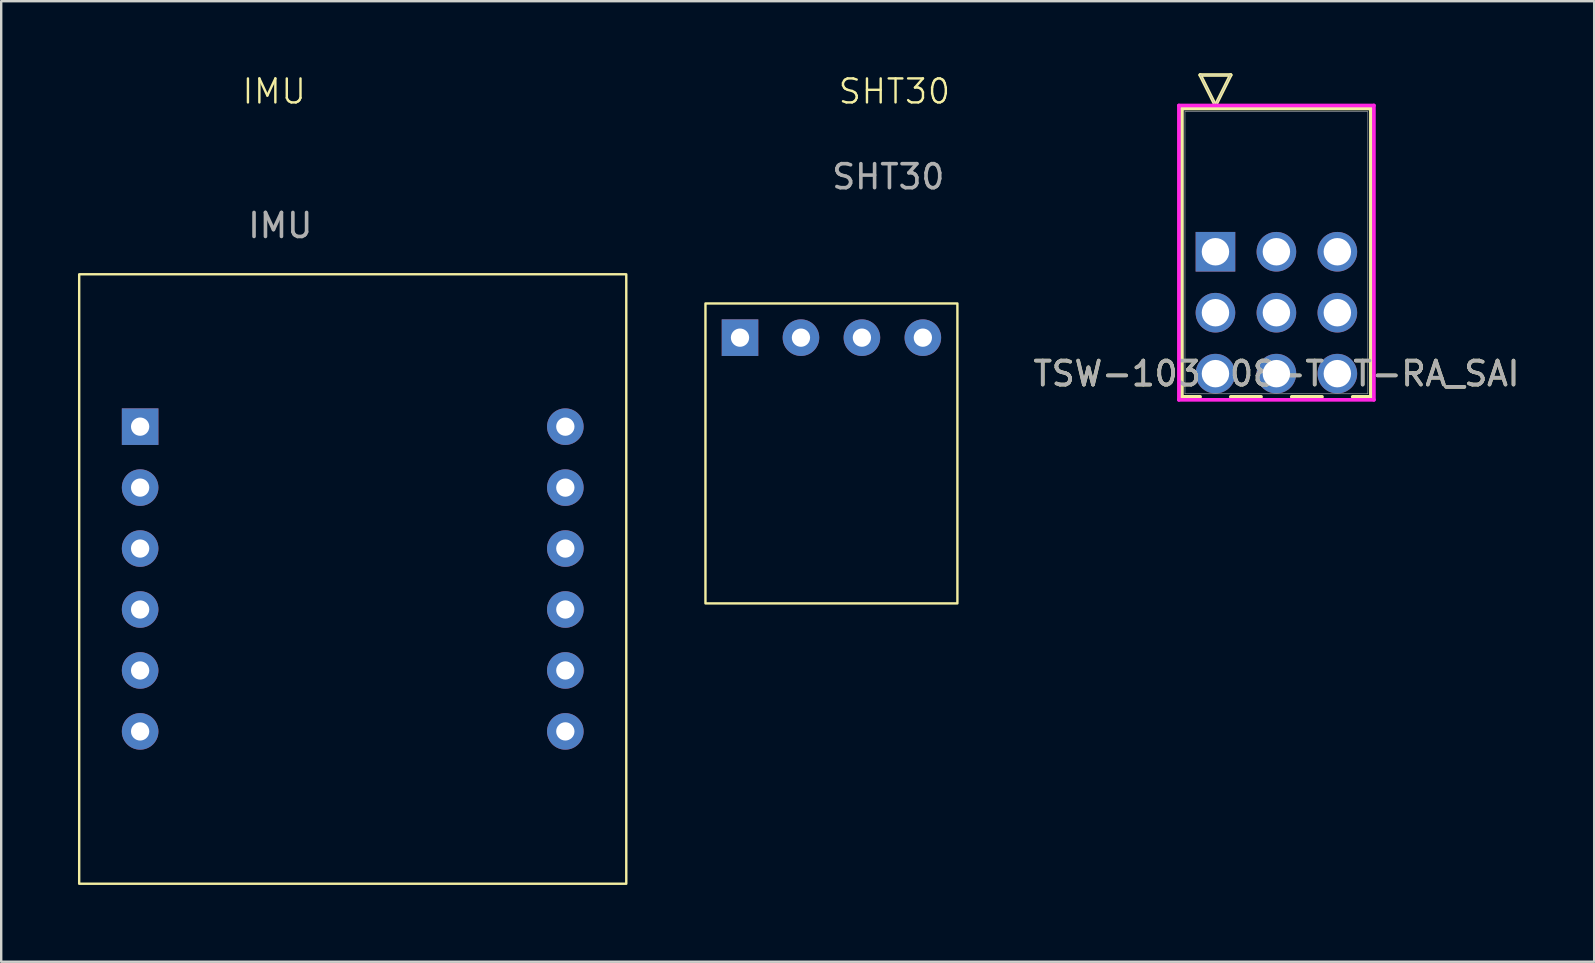
<source format=kicad_pcb>
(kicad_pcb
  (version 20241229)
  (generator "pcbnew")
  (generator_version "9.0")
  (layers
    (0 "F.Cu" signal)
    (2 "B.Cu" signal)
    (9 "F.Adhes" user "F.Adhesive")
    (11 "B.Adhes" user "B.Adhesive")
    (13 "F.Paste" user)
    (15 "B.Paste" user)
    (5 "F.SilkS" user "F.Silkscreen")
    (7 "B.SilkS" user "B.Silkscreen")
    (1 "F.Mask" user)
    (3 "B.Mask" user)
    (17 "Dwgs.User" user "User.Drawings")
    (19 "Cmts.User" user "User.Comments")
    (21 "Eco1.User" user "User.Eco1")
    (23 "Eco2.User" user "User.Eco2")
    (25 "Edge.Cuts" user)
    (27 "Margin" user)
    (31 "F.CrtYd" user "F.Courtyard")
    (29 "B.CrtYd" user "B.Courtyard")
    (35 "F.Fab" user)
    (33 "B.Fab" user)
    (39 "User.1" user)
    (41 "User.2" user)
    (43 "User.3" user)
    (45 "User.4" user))
  (footprint "IMU"
    (layer "F.Cu")
    (at 0.25 33.781)
    (property "Reference" "IMU" (at 8.128 -33.02 0) (unlocked yes) (layer "F.SilkS") (effects (font (size 1 1) (thickness 0.1))))
    (attr through_hole)
    (fp_rect (start 0 0) (end 22.8 -25.4) (stroke (width 0.1) (type default)) (fill no) (layer "F.SilkS"))
    (fp_text user "${REFERENCE}" (at 8.382 -27.432 0) (unlocked yes) (layer "F.Fab") (effects (font (size 1 1) (thickness 0.15))))
    (pad "1" thru_hole rect (at 2.54 -19.05) (size 1.524 1.524) (drill 0.762) (layers "*.Cu" "*.Mask"))
    (pad "2" thru_hole circle (at 2.54 -16.51) (size 1.524 1.524) (drill 0.762) (layers "*.Cu" "*.Mask"))
    (pad "3" thru_hole circle (at 2.54 -13.97) (size 1.524 1.524) (drill 0.762) (layers "*.Cu" "*.Mask"))
    (pad "4" thru_hole circle (at 2.54 -11.43) (size 1.524 1.524) (drill 0.762) (layers "*.Cu" "*.Mask"))
    (pad "5" thru_hole circle (at 2.54 -8.89) (size 1.524 1.524) (drill 0.762) (layers "*.Cu" "*.Mask"))
    (pad "6" thru_hole circle (at 2.54 -6.35) (size 1.524 1.524) (drill 0.762) (layers "*.Cu" "*.Mask"))
    (pad "7" thru_hole circle (at 20.26 -19.05) (size 1.524 1.524) (drill 0.762) (layers "*.Cu" "*.Mask"))
    (pad "8" thru_hole circle (at 20.26 -16.51) (size 1.524 1.524) (drill 0.762) (layers "*.Cu" "*.Mask"))
    (pad "9" thru_hole circle (at 20.26 -13.97) (size 1.524 1.524) (drill 0.762) (layers "*.Cu" "*.Mask"))
    (pad "10" thru_hole circle (at 20.26 -11.43) (size 1.524 1.524) (drill 0.762) (layers "*.Cu" "*.Mask"))
    (pad "11" thru_hole circle (at 20.26 -8.89) (size 1.524 1.524) (drill 0.762) (layers "*.Cu" "*.Mask"))
    (pad "12" thru_hole circle (at 20.26 -6.35) (size 1.524 1.524) (drill 0.762) (layers "*.Cu" "*.Mask")))
  (footprint "TSW-103-08-T-T-RA_SAI"
    (layer "F.Cu")
    (at 47.604 7.442)
    (property "Reference" "TSW-103-08-T-T-RA_SAI" (at 2.54 5.08 0) (unlocked yes) (layer "F.SilkS") (effects (font (size 1 1) (thickness 0.15))))
    (attr through_hole)
    (fp_line (start -1.397 -5.969) (end -1.397 6.045) (stroke (width 0.152) (type solid)) (layer "F.SilkS"))
    (fp_line (start -1.397 6.045) (end -0.64 6.045) (stroke (width 0.152) (type solid)) (layer "F.SilkS"))
    (fp_line (start -0.635 -7.366) (end 0.635 -7.366) (stroke (width 0.152) (type solid)) (layer "F.SilkS"))
    (fp_line (start 0 -6.096) (end -0.635 -7.366) (stroke (width 0.152) (type solid)) (layer "F.SilkS"))
    (fp_line (start 0.635 -7.366) (end 0 -6.096) (stroke (width 0.152) (type solid)) (layer "F.SilkS"))
    (fp_line (start 0.64 6.045) (end 1.9 6.045) (stroke (width 0.152) (type solid)) (layer "F.SilkS"))
    (fp_line (start 3.18 6.045) (end 4.44 6.045) (stroke (width 0.152) (type solid)) (layer "F.SilkS"))
    (fp_line (start 5.72 6.045) (end 6.477 6.045) (stroke (width 0.152) (type solid)) (layer "F.SilkS"))
    (fp_line (start 6.477 -5.969) (end -1.397 -5.969) (stroke (width 0.152) (type solid)) (layer "F.SilkS"))
    (fp_line (start 6.477 6.045) (end 6.477 -5.969) (stroke (width 0.152) (type solid)) (layer "F.SilkS"))
    (fp_line (start -1.524 -6.096) (end -1.524 6.172) (stroke (width 0.152) (type solid)) (layer "F.CrtYd"))
    (fp_line (start -1.524 6.172) (end 6.604 6.172) (stroke (width 0.152) (type solid)) (layer "F.CrtYd"))
    (fp_line (start 6.604 -6.096) (end -1.524 -6.096) (stroke (width 0.152) (type solid)) (layer "F.CrtYd"))
    (fp_line (start 6.604 6.172) (end 6.604 -6.096) (stroke (width 0.152) (type solid)) (layer "F.CrtYd"))
    (fp_line (start -1.27 -5.842) (end -1.27 5.918) (stroke (width 0.025) (type solid)) (layer "F.Fab"))
    (fp_line (start -1.27 5.918) (end 6.35 5.918) (stroke (width 0.025) (type solid)) (layer "F.Fab"))
    (fp_line (start -0.635 -7.366) (end 0.635 -7.366) (stroke (width 0.025) (type solid)) (layer "F.Fab"))
    (fp_line (start 0 -6.096) (end -0.635 -7.366) (stroke (width 0.025) (type solid)) (layer "F.Fab"))
    (fp_line (start 0.635 -7.366) (end 0 -6.096) (stroke (width 0.025) (type solid)) (layer "F.Fab"))
    (fp_line (start 6.35 -5.842) (end -1.27 -5.842) (stroke (width 0.025) (type solid)) (layer "F.Fab"))
    (fp_line (start 6.35 5.918) (end 6.35 -5.842) (stroke (width 0.025) (type solid)) (layer "F.Fab"))
    (fp_text user "${REFERENCE}" (at 2.54 5.08 0) (unlocked yes) (layer "F.Fab") (effects (font (size 1 1) (thickness 0.15))))
    (pad "1" thru_hole rect (at 0 0) (size 1.651 1.651) (drill 1.143) (layers "*.Cu" "*.Mask"))
    (pad "2" thru_hole circle (at 0 2.54) (size 1.651 1.651) (drill 1.143) (layers "*.Cu" "*.Mask"))
    (pad "3" thru_hole circle (at 0 5.08) (size 1.651 1.651) (drill 1.143) (layers "*.Cu" "*.Mask"))
    (pad "4" thru_hole circle (at 2.54 0) (size 1.651 1.651) (drill 1.143) (layers "*.Cu" "*.Mask"))
    (pad "5" thru_hole circle (at 2.54 2.54) (size 1.651 1.651) (drill 1.143) (layers "*.Cu" "*.Mask"))
    (pad "6" thru_hole circle (at 2.54 5.08) (size 1.651 1.651) (drill 1.143) (layers "*.Cu" "*.Mask"))
    (pad "7" thru_hole circle (at 5.08 0) (size 1.651 1.651) (drill 1.143) (layers "*.Cu" "*.Mask"))
    (pad "8" thru_hole circle (at 5.08 2.54) (size 1.651 1.651) (drill 1.143) (layers "*.Cu" "*.Mask"))
    (pad "9" thru_hole circle (at 5.08 5.08) (size 1.651 1.651) (drill 1.143) (layers "*.Cu" "*.Mask")))
  (footprint "SHT30"
    (layer "F.Cu")
    (at 26.35 22.096)
    (property "Reference" "SHT30" (at 7.874 -21.336 0) (unlocked yes) (layer "F.SilkS") (effects (font (size 1 1) (thickness 0.1))))
    (attr through_hole)
    (fp_rect (start 0 0) (end 10.5 -12.5) (stroke (width 0.1) (type default)) (fill no) (layer "F.SilkS"))
    (fp_text user "${REFERENCE}" (at 7.62 -17.78 0) (unlocked yes) (layer "F.Fab") (effects (font (size 1 1) (thickness 0.15))))
    (pad "1" thru_hole rect (at 1.44 -11.074 90) (size 1.524 1.524) (drill 0.762) (layers "*.Cu" "*.Mask"))
    (pad "2" thru_hole circle (at 3.98 -11.074 90) (size 1.524 1.524) (drill 0.762) (layers "*.Cu" "*.Mask"))
    (pad "3" thru_hole circle (at 6.52 -11.074 90) (size 1.524 1.524) (drill 0.762) (layers "*.Cu" "*.Mask"))
    (pad "4" thru_hole circle (at 9.06 -11.074 90) (size 1.524 1.524) (drill 0.762) (layers "*.Cu" "*.Mask")))
  (gr_rect
    (start -3 -3)
    (end 63.388 37.031)
    (stroke (width 0.1) (type default))
    (fill no)
    (layer "Edge.Cuts")))
</source>
